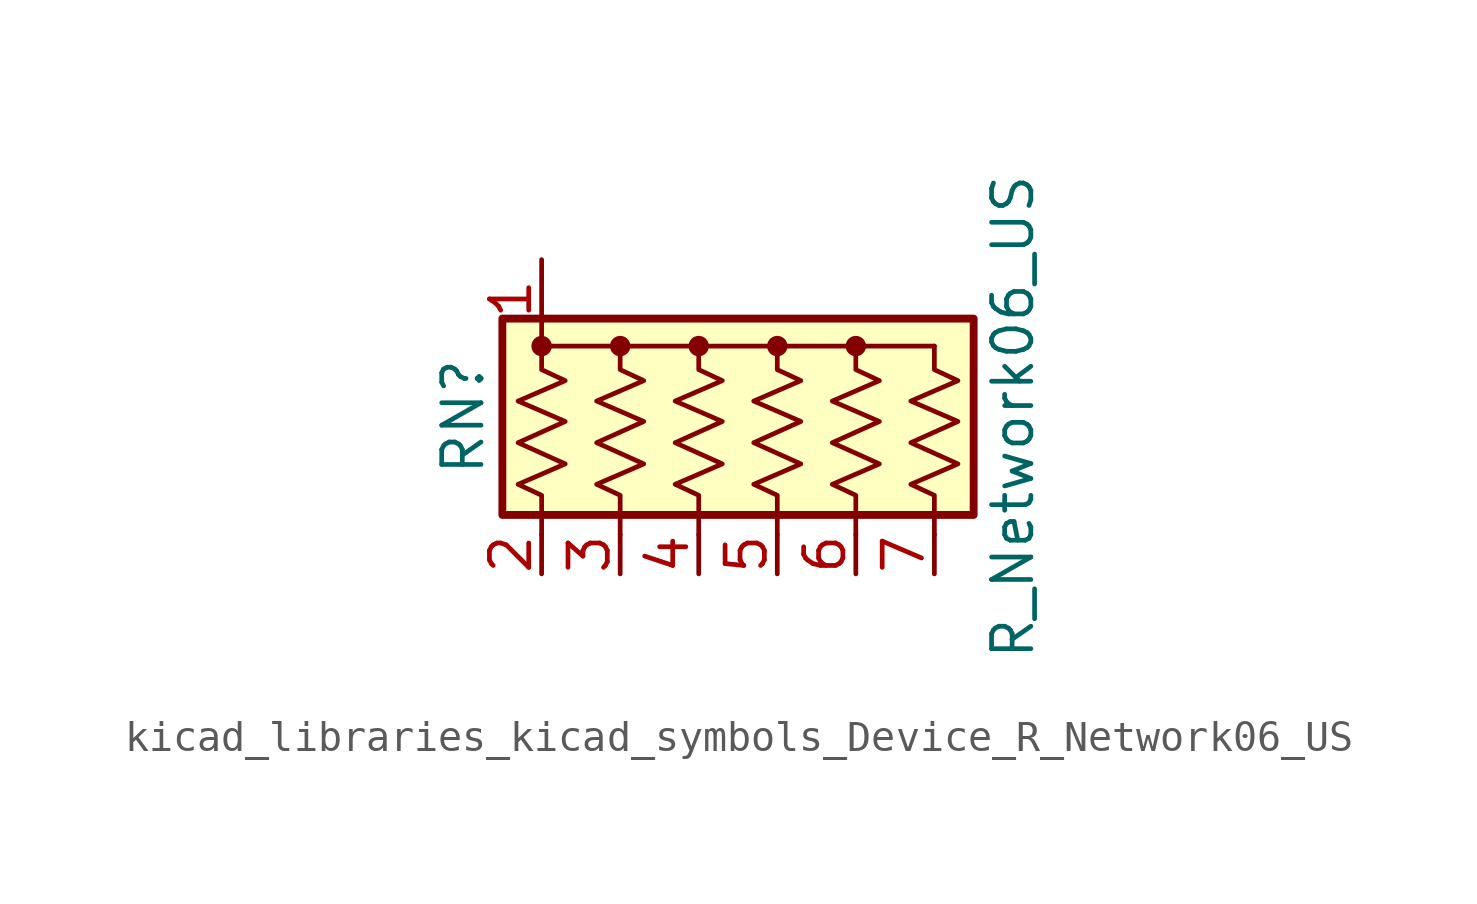
<source format=kicad_sym>
(kicad_symbol_lib
  (version 20220914)
  (generator kicad_symbol_editor)
  (symbol "kicad_libraries_kicad_symbols_Device_R_Network06_US"
    (pin_names
      (offset 0) hide)
    (property "Reference" "RN"
      (at -10.16 0 90)
      (effects (font (size 1.27 1.27))))
    (property "Value" "R_Network06_US"
      (at 7.62 0 90)
      (effects (font (size 1.27 1.27))))
    (symbol "kicad_libraries_kicad_symbols_Device_R_Network06_US_0_1"
      (rectangle (start -8.89 -3.175) (end 6.35 3.175) (stroke (width 0.254) (type default)) (fill (type background)))
      (circle (center -7.62 2.286) (radius 0.254) (stroke (width 0) (type default)) (fill (type outline)))
      (circle (center -5.08 2.286) (radius 0.254) (stroke (width 0) (type default)) (fill (type outline)))
      (circle (center -2.54 2.286) (radius 0.254) (stroke (width 0) (type default)) (fill (type outline)))
      (polyline (pts (xy -7.62 2.286) (xy 5.08 2.286)) (stroke (width 0) (type default)) (fill (type none)))
      (polyline (pts (xy -7.62 2.286) (xy -7.62 1.524) (xy -6.858 1.168) (xy -8.382 0.508) (xy -6.858 -0.152) (xy -8.382 -0.838) (xy -6.858 -1.524) (xy -8.382 -2.184) (xy -7.62 -2.54) (xy -7.62 -3.81)) (stroke (width 0) (type default)) (fill (type none)))
      (polyline (pts (xy -5.08 2.286) (xy -5.08 1.524) (xy -4.318 1.168) (xy -5.842 0.508) (xy -4.318 -0.152) (xy -5.842 -0.838) (xy -4.318 -1.524) (xy -5.842 -2.184) (xy -5.08 -2.54) (xy -5.08 -3.81)) (stroke (width 0) (type default)) (fill (type none)))
      (polyline (pts (xy -2.54 2.286) (xy -2.54 1.524) (xy -1.778 1.168) (xy -3.302 0.508) (xy -1.778 -0.152) (xy -3.302 -0.838) (xy -1.778 -1.524) (xy -3.302 -2.184) (xy -2.54 -2.54) (xy -2.54 -3.81)) (stroke (width 0) (type default)) (fill (type none)))
      (polyline (pts (xy 0 2.286) (xy 0 1.524) (xy 0.762 1.168) (xy -0.762 0.508) (xy 0.762 -0.152) (xy -0.762 -0.838) (xy 0.762 -1.524) (xy -0.762 -2.184) (xy 0 -2.54) (xy 0 -3.81)) (stroke (width 0) (type default)) (fill (type none)))
      (polyline (pts (xy 2.54 2.286) (xy 2.54 1.524) (xy 3.302 1.168) (xy 1.778 0.508) (xy 3.302 -0.152) (xy 1.778 -0.838) (xy 3.302 -1.524) (xy 1.778 -2.184) (xy 2.54 -2.54) (xy 2.54 -3.81)) (stroke (width 0) (type default)) (fill (type none)))
      (polyline (pts (xy 5.08 2.286) (xy 5.08 1.524) (xy 5.842 1.168) (xy 4.318 0.508) (xy 5.842 -0.152) (xy 4.318 -0.838) (xy 5.842 -1.524) (xy 4.318 -2.184) (xy 5.08 -2.54) (xy 5.08 -3.81)) (stroke (width 0) (type default)) (fill (type none)))
      (circle (center 0 2.286) (radius 0.254) (stroke (width 0) (type default)) (fill (type outline)))
      (circle (center 2.54 2.286) (radius 0.254) (stroke (width 0) (type default)) (fill (type outline))))
    (symbol "kicad_libraries_kicad_symbols_Device_R_Network06_US_1_1"
      (pin passive line (at -7.62 5.08 270) (length 2.54) (name "common" (effects (font (size 1.27 1.27)))) (number "1" (effects (font (size 1.27 1.27)))))
      (pin passive line (at -7.62 -5.08 90) (length 1.27) (name "R1" (effects (font (size 1.27 1.27)))) (number "2" (effects (font (size 1.27 1.27)))))
      (pin passive line (at -5.08 -5.08 90) (length 1.27) (name "R2" (effects (font (size 1.27 1.27)))) (number "3" (effects (font (size 1.27 1.27)))))
      (pin passive line (at -2.54 -5.08 90) (length 1.27) (name "R3" (effects (font (size 1.27 1.27)))) (number "4" (effects (font (size 1.27 1.27)))))
      (pin passive line (at 0 -5.08 90) (length 1.27) (name "R4" (effects (font (size 1.27 1.27)))) (number "5" (effects (font (size 1.27 1.27)))))
      (pin passive line (at 2.54 -5.08 90) (length 1.27) (name "R5" (effects (font (size 1.27 1.27)))) (number "6" (effects (font (size 1.27 1.27)))))
      (pin passive line (at 5.08 -5.08 90) (length 1.27) (name "R6" (effects (font (size 1.27 1.27)))) (number "7" (effects (font (size 1.27 1.27))))))))
</source>
